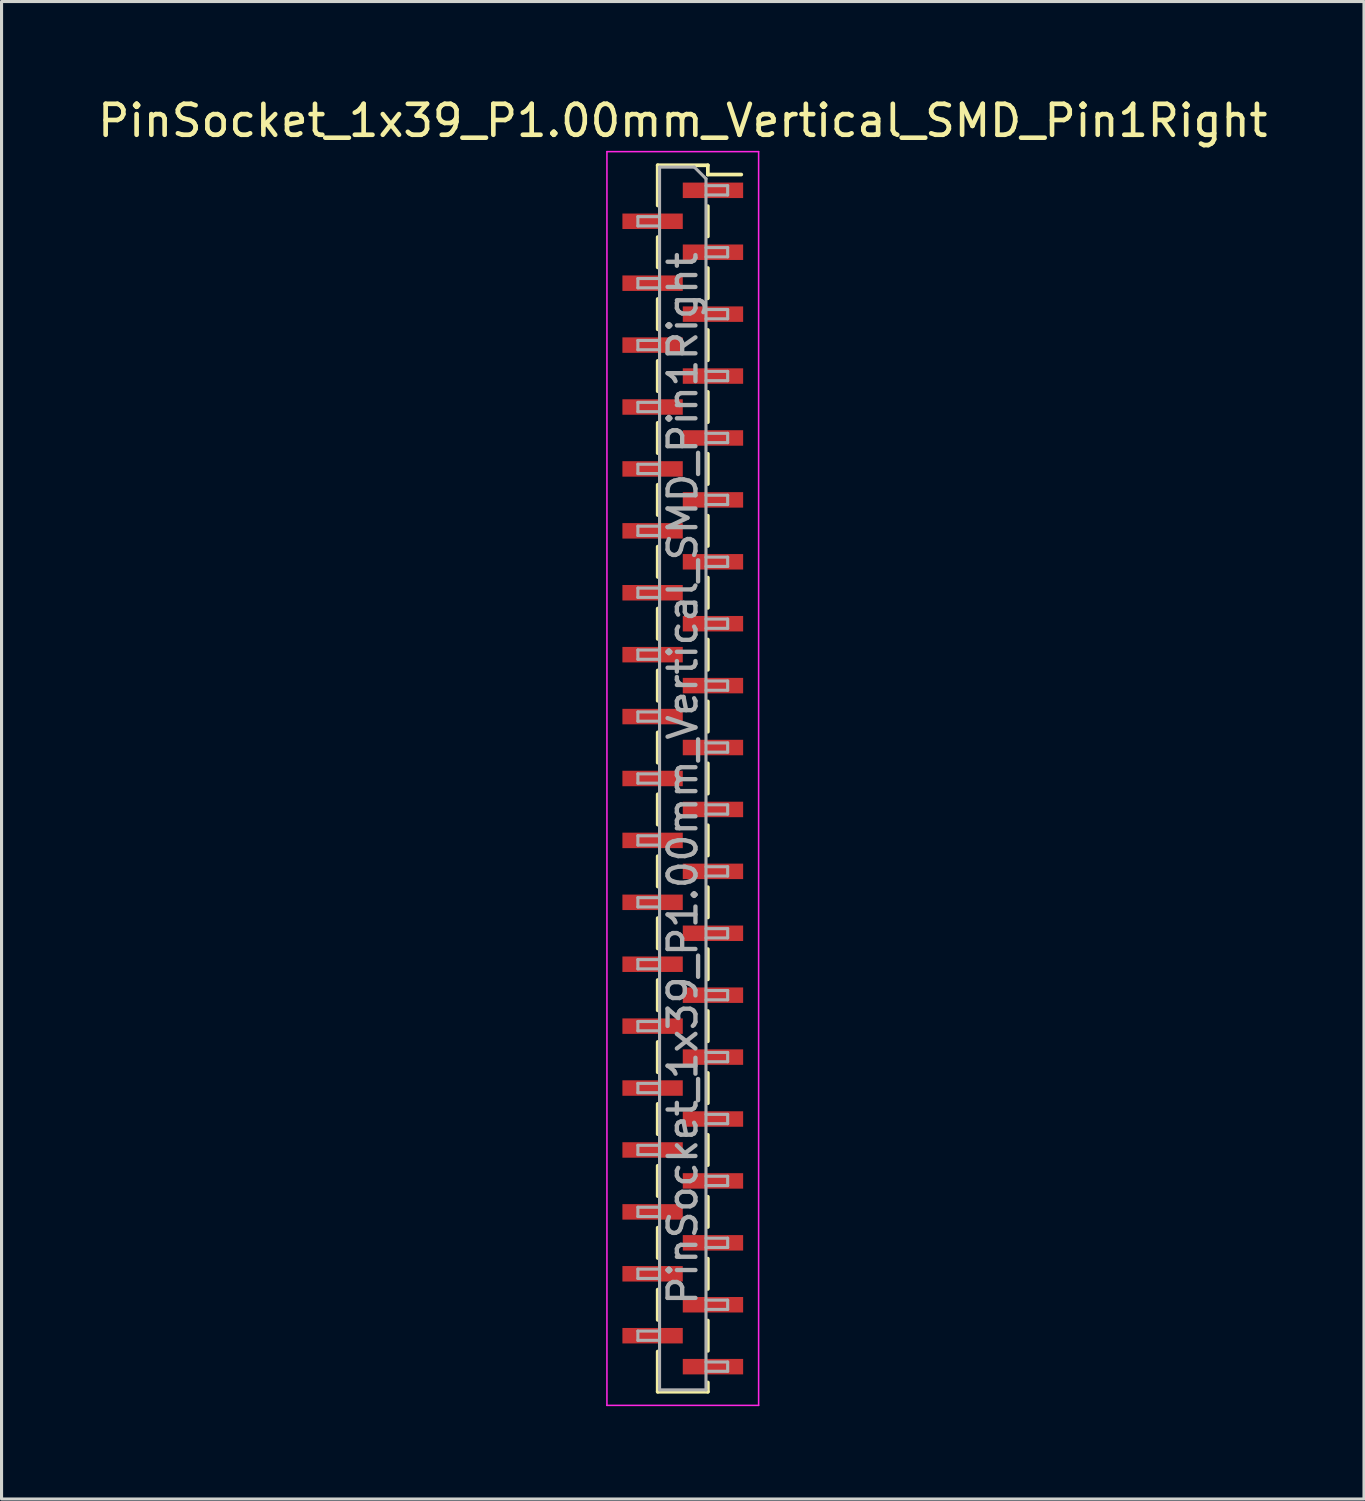
<source format=kicad_pcb>
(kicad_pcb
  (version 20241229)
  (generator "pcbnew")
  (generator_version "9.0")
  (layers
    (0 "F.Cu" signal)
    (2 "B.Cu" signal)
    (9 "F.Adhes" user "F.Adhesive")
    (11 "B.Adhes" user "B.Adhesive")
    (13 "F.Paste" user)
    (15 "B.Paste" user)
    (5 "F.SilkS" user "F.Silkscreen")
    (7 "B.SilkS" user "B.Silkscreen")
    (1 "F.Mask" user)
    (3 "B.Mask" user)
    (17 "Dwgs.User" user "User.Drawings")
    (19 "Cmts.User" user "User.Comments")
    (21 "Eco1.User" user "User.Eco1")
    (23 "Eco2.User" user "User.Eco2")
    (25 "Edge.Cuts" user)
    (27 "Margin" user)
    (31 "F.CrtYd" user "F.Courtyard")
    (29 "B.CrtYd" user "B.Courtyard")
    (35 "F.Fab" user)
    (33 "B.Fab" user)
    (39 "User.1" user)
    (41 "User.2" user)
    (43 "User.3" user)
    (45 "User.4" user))
  (footprint "PinSocket_1x39_P1.00mm_Vertical_SMD_Pin1Right"
    (layer "F.Cu")
    (at 19.006 22.098)
    (property "Reference" "PinSocket_1x39_P1.00mm_Vertical_SMD_Pin1Right" (at 0 -21.25 0) (layer "F.SilkS") (effects (font (size 1 1) (thickness 0.15))))
    (attr smd)
    (fp_line (start -0.81 -19.81) (end -0.81 -18.51) (stroke (width 0.12) (type solid)) (layer "F.SilkS"))
    (fp_line (start -0.81 -19.81) (end 0.81 -19.81) (stroke (width 0.12) (type solid)) (layer "F.SilkS"))
    (fp_line (start -0.81 -17.49) (end -0.81 -16.51) (stroke (width 0.12) (type solid)) (layer "F.SilkS"))
    (fp_line (start -0.81 -15.49) (end -0.81 -14.51) (stroke (width 0.12) (type solid)) (layer "F.SilkS"))
    (fp_line (start -0.81 -13.49) (end -0.81 -12.51) (stroke (width 0.12) (type solid)) (layer "F.SilkS"))
    (fp_line (start -0.81 -11.49) (end -0.81 -10.51) (stroke (width 0.12) (type solid)) (layer "F.SilkS"))
    (fp_line (start -0.81 -9.49) (end -0.81 -8.51) (stroke (width 0.12) (type solid)) (layer "F.SilkS"))
    (fp_line (start -0.81 -7.49) (end -0.81 -6.51) (stroke (width 0.12) (type solid)) (layer "F.SilkS"))
    (fp_line (start -0.81 -5.49) (end -0.81 -4.51) (stroke (width 0.12) (type solid)) (layer "F.SilkS"))
    (fp_line (start -0.81 -3.49) (end -0.81 -2.51) (stroke (width 0.12) (type solid)) (layer "F.SilkS"))
    (fp_line (start -0.81 -1.49) (end -0.81 -0.51) (stroke (width 0.12) (type solid)) (layer "F.SilkS"))
    (fp_line (start -0.81 0.51) (end -0.81 1.49) (stroke (width 0.12) (type solid)) (layer "F.SilkS"))
    (fp_line (start -0.81 2.51) (end -0.81 3.49) (stroke (width 0.12) (type solid)) (layer "F.SilkS"))
    (fp_line (start -0.81 4.51) (end -0.81 5.49) (stroke (width 0.12) (type solid)) (layer "F.SilkS"))
    (fp_line (start -0.81 6.51) (end -0.81 7.49) (stroke (width 0.12) (type solid)) (layer "F.SilkS"))
    (fp_line (start -0.81 8.51) (end -0.81 9.49) (stroke (width 0.12) (type solid)) (layer "F.SilkS"))
    (fp_line (start -0.81 10.51) (end -0.81 11.49) (stroke (width 0.12) (type solid)) (layer "F.SilkS"))
    (fp_line (start -0.81 12.51) (end -0.81 13.49) (stroke (width 0.12) (type solid)) (layer "F.SilkS"))
    (fp_line (start -0.81 14.51) (end -0.81 15.49) (stroke (width 0.12) (type solid)) (layer "F.SilkS"))
    (fp_line (start -0.81 16.51) (end -0.81 17.49) (stroke (width 0.12) (type solid)) (layer "F.SilkS"))
    (fp_line (start -0.81 18.51) (end -0.81 19.81) (stroke (width 0.12) (type solid)) (layer "F.SilkS"))
    (fp_line (start -0.81 19.81) (end 0.81 19.81) (stroke (width 0.12) (type solid)) (layer "F.SilkS"))
    (fp_line (start 0.81 -19.81) (end 0.81 -19.51) (stroke (width 0.12) (type solid)) (layer "F.SilkS"))
    (fp_line (start 0.81 -19.51) (end 1.89 -19.51) (stroke (width 0.12) (type solid)) (layer "F.SilkS"))
    (fp_line (start 0.81 -18.49) (end 0.81 -17.51) (stroke (width 0.12) (type solid)) (layer "F.SilkS"))
    (fp_line (start 0.81 -16.49) (end 0.81 -15.51) (stroke (width 0.12) (type solid)) (layer "F.SilkS"))
    (fp_line (start 0.81 -14.49) (end 0.81 -13.51) (stroke (width 0.12) (type solid)) (layer "F.SilkS"))
    (fp_line (start 0.81 -12.49) (end 0.81 -11.51) (stroke (width 0.12) (type solid)) (layer "F.SilkS"))
    (fp_line (start 0.81 -10.49) (end 0.81 -9.51) (stroke (width 0.12) (type solid)) (layer "F.SilkS"))
    (fp_line (start 0.81 -8.49) (end 0.81 -7.51) (stroke (width 0.12) (type solid)) (layer "F.SilkS"))
    (fp_line (start 0.81 -6.49) (end 0.81 -5.51) (stroke (width 0.12) (type solid)) (layer "F.SilkS"))
    (fp_line (start 0.81 -4.49) (end 0.81 -3.51) (stroke (width 0.12) (type solid)) (layer "F.SilkS"))
    (fp_line (start 0.81 -2.49) (end 0.81 -1.51) (stroke (width 0.12) (type solid)) (layer "F.SilkS"))
    (fp_line (start 0.81 -0.49) (end 0.81 0.49) (stroke (width 0.12) (type solid)) (layer "F.SilkS"))
    (fp_line (start 0.81 1.51) (end 0.81 2.49) (stroke (width 0.12) (type solid)) (layer "F.SilkS"))
    (fp_line (start 0.81 3.51) (end 0.81 4.49) (stroke (width 0.12) (type solid)) (layer "F.SilkS"))
    (fp_line (start 0.81 5.51) (end 0.81 6.49) (stroke (width 0.12) (type solid)) (layer "F.SilkS"))
    (fp_line (start 0.81 7.51) (end 0.81 8.49) (stroke (width 0.12) (type solid)) (layer "F.SilkS"))
    (fp_line (start 0.81 9.51) (end 0.81 10.49) (stroke (width 0.12) (type solid)) (layer "F.SilkS"))
    (fp_line (start 0.81 11.51) (end 0.81 12.49) (stroke (width 0.12) (type solid)) (layer "F.SilkS"))
    (fp_line (start 0.81 13.51) (end 0.81 14.49) (stroke (width 0.12) (type solid)) (layer "F.SilkS"))
    (fp_line (start 0.81 15.51) (end 0.81 16.49) (stroke (width 0.12) (type solid)) (layer "F.SilkS"))
    (fp_line (start 0.81 17.51) (end 0.81 18.49) (stroke (width 0.12) (type solid)) (layer "F.SilkS"))
    (fp_line (start 0.81 19.51) (end 0.81 19.81) (stroke (width 0.12) (type solid)) (layer "F.SilkS"))
    (fp_line (start -2.45 -20.25) (end 2.45 -20.25) (stroke (width 0.05) (type solid)) (layer "F.CrtYd"))
    (fp_line (start -2.45 20.25) (end -2.45 -20.25) (stroke (width 0.05) (type solid)) (layer "F.CrtYd"))
    (fp_line (start 2.45 -20.25) (end 2.45 20.25) (stroke (width 0.05) (type solid)) (layer "F.CrtYd"))
    (fp_line (start 2.45 20.25) (end -2.45 20.25) (stroke (width 0.05) (type solid)) (layer "F.CrtYd"))
    (fp_line (start -1.45 -18.15) (end -0.75 -18.15) (stroke (width 0.1) (type solid)) (layer "F.Fab"))
    (fp_line (start -1.45 -17.85) (end -1.45 -18.15) (stroke (width 0.1) (type solid)) (layer "F.Fab"))
    (fp_line (start -1.45 -16.15) (end -0.75 -16.15) (stroke (width 0.1) (type solid)) (layer "F.Fab"))
    (fp_line (start -1.45 -15.85) (end -1.45 -16.15) (stroke (width 0.1) (type solid)) (layer "F.Fab"))
    (fp_line (start -1.45 -14.15) (end -0.75 -14.15) (stroke (width 0.1) (type solid)) (layer "F.Fab"))
    (fp_line (start -1.45 -13.85) (end -1.45 -14.15) (stroke (width 0.1) (type solid)) (layer "F.Fab"))
    (fp_line (start -1.45 -12.15) (end -0.75 -12.15) (stroke (width 0.1) (type solid)) (layer "F.Fab"))
    (fp_line (start -1.45 -11.85) (end -1.45 -12.15) (stroke (width 0.1) (type solid)) (layer "F.Fab"))
    (fp_line (start -1.45 -10.15) (end -0.75 -10.15) (stroke (width 0.1) (type solid)) (layer "F.Fab"))
    (fp_line (start -1.45 -9.85) (end -1.45 -10.15) (stroke (width 0.1) (type solid)) (layer "F.Fab"))
    (fp_line (start -1.45 -8.15) (end -0.75 -8.15) (stroke (width 0.1) (type solid)) (layer "F.Fab"))
    (fp_line (start -1.45 -7.85) (end -1.45 -8.15) (stroke (width 0.1) (type solid)) (layer "F.Fab"))
    (fp_line (start -1.45 -6.15) (end -0.75 -6.15) (stroke (width 0.1) (type solid)) (layer "F.Fab"))
    (fp_line (start -1.45 -5.85) (end -1.45 -6.15) (stroke (width 0.1) (type solid)) (layer "F.Fab"))
    (fp_line (start -1.45 -4.15) (end -0.75 -4.15) (stroke (width 0.1) (type solid)) (layer "F.Fab"))
    (fp_line (start -1.45 -3.85) (end -1.45 -4.15) (stroke (width 0.1) (type solid)) (layer "F.Fab"))
    (fp_line (start -1.45 -2.15) (end -0.75 -2.15) (stroke (width 0.1) (type solid)) (layer "F.Fab"))
    (fp_line (start -1.45 -1.85) (end -1.45 -2.15) (stroke (width 0.1) (type solid)) (layer "F.Fab"))
    (fp_line (start -1.45 -0.15) (end -0.75 -0.15) (stroke (width 0.1) (type solid)) (layer "F.Fab"))
    (fp_line (start -1.45 0.15) (end -1.45 -0.15) (stroke (width 0.1) (type solid)) (layer "F.Fab"))
    (fp_line (start -1.45 1.85) (end -0.75 1.85) (stroke (width 0.1) (type solid)) (layer "F.Fab"))
    (fp_line (start -1.45 2.15) (end -1.45 1.85) (stroke (width 0.1) (type solid)) (layer "F.Fab"))
    (fp_line (start -1.45 3.85) (end -0.75 3.85) (stroke (width 0.1) (type solid)) (layer "F.Fab"))
    (fp_line (start -1.45 4.15) (end -1.45 3.85) (stroke (width 0.1) (type solid)) (layer "F.Fab"))
    (fp_line (start -1.45 5.85) (end -0.75 5.85) (stroke (width 0.1) (type solid)) (layer "F.Fab"))
    (fp_line (start -1.45 6.15) (end -1.45 5.85) (stroke (width 0.1) (type solid)) (layer "F.Fab"))
    (fp_line (start -1.45 7.85) (end -0.75 7.85) (stroke (width 0.1) (type solid)) (layer "F.Fab"))
    (fp_line (start -1.45 8.15) (end -1.45 7.85) (stroke (width 0.1) (type solid)) (layer "F.Fab"))
    (fp_line (start -1.45 9.85) (end -0.75 9.85) (stroke (width 0.1) (type solid)) (layer "F.Fab"))
    (fp_line (start -1.45 10.15) (end -1.45 9.85) (stroke (width 0.1) (type solid)) (layer "F.Fab"))
    (fp_line (start -1.45 11.85) (end -0.75 11.85) (stroke (width 0.1) (type solid)) (layer "F.Fab"))
    (fp_line (start -1.45 12.15) (end -1.45 11.85) (stroke (width 0.1) (type solid)) (layer "F.Fab"))
    (fp_line (start -1.45 13.85) (end -0.75 13.85) (stroke (width 0.1) (type solid)) (layer "F.Fab"))
    (fp_line (start -1.45 14.15) (end -1.45 13.85) (stroke (width 0.1) (type solid)) (layer "F.Fab"))
    (fp_line (start -1.45 15.85) (end -0.75 15.85) (stroke (width 0.1) (type solid)) (layer "F.Fab"))
    (fp_line (start -1.45 16.15) (end -1.45 15.85) (stroke (width 0.1) (type solid)) (layer "F.Fab"))
    (fp_line (start -1.45 17.85) (end -0.75 17.85) (stroke (width 0.1) (type solid)) (layer "F.Fab"))
    (fp_line (start -1.45 18.15) (end -1.45 17.85) (stroke (width 0.1) (type solid)) (layer "F.Fab"))
    (fp_line (start -0.75 -19.75) (end 0.375 -19.75) (stroke (width 0.1) (type solid)) (layer "F.Fab"))
    (fp_line (start -0.75 -17.85) (end -1.45 -17.85) (stroke (width 0.1) (type solid)) (layer "F.Fab"))
    (fp_line (start -0.75 -15.85) (end -1.45 -15.85) (stroke (width 0.1) (type solid)) (layer "F.Fab"))
    (fp_line (start -0.75 -13.85) (end -1.45 -13.85) (stroke (width 0.1) (type solid)) (layer "F.Fab"))
    (fp_line (start -0.75 -11.85) (end -1.45 -11.85) (stroke (width 0.1) (type solid)) (layer "F.Fab"))
    (fp_line (start -0.75 -9.85) (end -1.45 -9.85) (stroke (width 0.1) (type solid)) (layer "F.Fab"))
    (fp_line (start -0.75 -7.85) (end -1.45 -7.85) (stroke (width 0.1) (type solid)) (layer "F.Fab"))
    (fp_line (start -0.75 -5.85) (end -1.45 -5.85) (stroke (width 0.1) (type solid)) (layer "F.Fab"))
    (fp_line (start -0.75 -3.85) (end -1.45 -3.85) (stroke (width 0.1) (type solid)) (layer "F.Fab"))
    (fp_line (start -0.75 -1.85) (end -1.45 -1.85) (stroke (width 0.1) (type solid)) (layer "F.Fab"))
    (fp_line (start -0.75 0.15) (end -1.45 0.15) (stroke (width 0.1) (type solid)) (layer "F.Fab"))
    (fp_line (start -0.75 2.15) (end -1.45 2.15) (stroke (width 0.1) (type solid)) (layer "F.Fab"))
    (fp_line (start -0.75 4.15) (end -1.45 4.15) (stroke (width 0.1) (type solid)) (layer "F.Fab"))
    (fp_line (start -0.75 6.15) (end -1.45 6.15) (stroke (width 0.1) (type solid)) (layer "F.Fab"))
    (fp_line (start -0.75 8.15) (end -1.45 8.15) (stroke (width 0.1) (type solid)) (layer "F.Fab"))
    (fp_line (start -0.75 10.15) (end -1.45 10.15) (stroke (width 0.1) (type solid)) (layer "F.Fab"))
    (fp_line (start -0.75 12.15) (end -1.45 12.15) (stroke (width 0.1) (type solid)) (layer "F.Fab"))
    (fp_line (start -0.75 14.15) (end -1.45 14.15) (stroke (width 0.1) (type solid)) (layer "F.Fab"))
    (fp_line (start -0.75 16.15) (end -1.45 16.15) (stroke (width 0.1) (type solid)) (layer "F.Fab"))
    (fp_line (start -0.75 18.15) (end -1.45 18.15) (stroke (width 0.1) (type solid)) (layer "F.Fab"))
    (fp_line (start -0.75 19.75) (end -0.75 -19.75) (stroke (width 0.1) (type solid)) (layer "F.Fab"))
    (fp_line (start 0.375 -19.75) (end 0.75 -19.375) (stroke (width 0.1) (type solid)) (layer "F.Fab"))
    (fp_line (start 0.75 -19.375) (end 0.75 19.75) (stroke (width 0.1) (type solid)) (layer "F.Fab"))
    (fp_line (start 0.75 -19.15) (end 1.45 -19.15) (stroke (width 0.1) (type solid)) (layer "F.Fab"))
    (fp_line (start 0.75 -17.15) (end 1.45 -17.15) (stroke (width 0.1) (type solid)) (layer "F.Fab"))
    (fp_line (start 0.75 -15.15) (end 1.45 -15.15) (stroke (width 0.1) (type solid)) (layer "F.Fab"))
    (fp_line (start 0.75 -13.15) (end 1.45 -13.15) (stroke (width 0.1) (type solid)) (layer "F.Fab"))
    (fp_line (start 0.75 -11.15) (end 1.45 -11.15) (stroke (width 0.1) (type solid)) (layer "F.Fab"))
    (fp_line (start 0.75 -9.15) (end 1.45 -9.15) (stroke (width 0.1) (type solid)) (layer "F.Fab"))
    (fp_line (start 0.75 -7.15) (end 1.45 -7.15) (stroke (width 0.1) (type solid)) (layer "F.Fab"))
    (fp_line (start 0.75 -5.15) (end 1.45 -5.15) (stroke (width 0.1) (type solid)) (layer "F.Fab"))
    (fp_line (start 0.75 -3.15) (end 1.45 -3.15) (stroke (width 0.1) (type solid)) (layer "F.Fab"))
    (fp_line (start 0.75 -1.15) (end 1.45 -1.15) (stroke (width 0.1) (type solid)) (layer "F.Fab"))
    (fp_line (start 0.75 0.85) (end 1.45 0.85) (stroke (width 0.1) (type solid)) (layer "F.Fab"))
    (fp_line (start 0.75 2.85) (end 1.45 2.85) (stroke (width 0.1) (type solid)) (layer "F.Fab"))
    (fp_line (start 0.75 4.85) (end 1.45 4.85) (stroke (width 0.1) (type solid)) (layer "F.Fab"))
    (fp_line (start 0.75 6.85) (end 1.45 6.85) (stroke (width 0.1) (type solid)) (layer "F.Fab"))
    (fp_line (start 0.75 8.85) (end 1.45 8.85) (stroke (width 0.1) (type solid)) (layer "F.Fab"))
    (fp_line (start 0.75 10.85) (end 1.45 10.85) (stroke (width 0.1) (type solid)) (layer "F.Fab"))
    (fp_line (start 0.75 12.85) (end 1.45 12.85) (stroke (width 0.1) (type solid)) (layer "F.Fab"))
    (fp_line (start 0.75 14.85) (end 1.45 14.85) (stroke (width 0.1) (type solid)) (layer "F.Fab"))
    (fp_line (start 0.75 16.85) (end 1.45 16.85) (stroke (width 0.1) (type solid)) (layer "F.Fab"))
    (fp_line (start 0.75 18.85) (end 1.45 18.85) (stroke (width 0.1) (type solid)) (layer "F.Fab"))
    (fp_line (start 0.75 19.75) (end -0.75 19.75) (stroke (width 0.1) (type solid)) (layer "F.Fab"))
    (fp_line (start 1.45 -19.15) (end 1.45 -18.85) (stroke (width 0.1) (type solid)) (layer "F.Fab"))
    (fp_line (start 1.45 -18.85) (end 0.75 -18.85) (stroke (width 0.1) (type solid)) (layer "F.Fab"))
    (fp_line (start 1.45 -17.15) (end 1.45 -16.85) (stroke (width 0.1) (type solid)) (layer "F.Fab"))
    (fp_line (start 1.45 -16.85) (end 0.75 -16.85) (stroke (width 0.1) (type solid)) (layer "F.Fab"))
    (fp_line (start 1.45 -15.15) (end 1.45 -14.85) (stroke (width 0.1) (type solid)) (layer "F.Fab"))
    (fp_line (start 1.45 -14.85) (end 0.75 -14.85) (stroke (width 0.1) (type solid)) (layer "F.Fab"))
    (fp_line (start 1.45 -13.15) (end 1.45 -12.85) (stroke (width 0.1) (type solid)) (layer "F.Fab"))
    (fp_line (start 1.45 -12.85) (end 0.75 -12.85) (stroke (width 0.1) (type solid)) (layer "F.Fab"))
    (fp_line (start 1.45 -11.15) (end 1.45 -10.85) (stroke (width 0.1) (type solid)) (layer "F.Fab"))
    (fp_line (start 1.45 -10.85) (end 0.75 -10.85) (stroke (width 0.1) (type solid)) (layer "F.Fab"))
    (fp_line (start 1.45 -9.15) (end 1.45 -8.85) (stroke (width 0.1) (type solid)) (layer "F.Fab"))
    (fp_line (start 1.45 -8.85) (end 0.75 -8.85) (stroke (width 0.1) (type solid)) (layer "F.Fab"))
    (fp_line (start 1.45 -7.15) (end 1.45 -6.85) (stroke (width 0.1) (type solid)) (layer "F.Fab"))
    (fp_line (start 1.45 -6.85) (end 0.75 -6.85) (stroke (width 0.1) (type solid)) (layer "F.Fab"))
    (fp_line (start 1.45 -5.15) (end 1.45 -4.85) (stroke (width 0.1) (type solid)) (layer "F.Fab"))
    (fp_line (start 1.45 -4.85) (end 0.75 -4.85) (stroke (width 0.1) (type solid)) (layer "F.Fab"))
    (fp_line (start 1.45 -3.15) (end 1.45 -2.85) (stroke (width 0.1) (type solid)) (layer "F.Fab"))
    (fp_line (start 1.45 -2.85) (end 0.75 -2.85) (stroke (width 0.1) (type solid)) (layer "F.Fab"))
    (fp_line (start 1.45 -1.15) (end 1.45 -0.85) (stroke (width 0.1) (type solid)) (layer "F.Fab"))
    (fp_line (start 1.45 -0.85) (end 0.75 -0.85) (stroke (width 0.1) (type solid)) (layer "F.Fab"))
    (fp_line (start 1.45 0.85) (end 1.45 1.15) (stroke (width 0.1) (type solid)) (layer "F.Fab"))
    (fp_line (start 1.45 1.15) (end 0.75 1.15) (stroke (width 0.1) (type solid)) (layer "F.Fab"))
    (fp_line (start 1.45 2.85) (end 1.45 3.15) (stroke (width 0.1) (type solid)) (layer "F.Fab"))
    (fp_line (start 1.45 3.15) (end 0.75 3.15) (stroke (width 0.1) (type solid)) (layer "F.Fab"))
    (fp_line (start 1.45 4.85) (end 1.45 5.15) (stroke (width 0.1) (type solid)) (layer "F.Fab"))
    (fp_line (start 1.45 5.15) (end 0.75 5.15) (stroke (width 0.1) (type solid)) (layer "F.Fab"))
    (fp_line (start 1.45 6.85) (end 1.45 7.15) (stroke (width 0.1) (type solid)) (layer "F.Fab"))
    (fp_line (start 1.45 7.15) (end 0.75 7.15) (stroke (width 0.1) (type solid)) (layer "F.Fab"))
    (fp_line (start 1.45 8.85) (end 1.45 9.15) (stroke (width 0.1) (type solid)) (layer "F.Fab"))
    (fp_line (start 1.45 9.15) (end 0.75 9.15) (stroke (width 0.1) (type solid)) (layer "F.Fab"))
    (fp_line (start 1.45 10.85) (end 1.45 11.15) (stroke (width 0.1) (type solid)) (layer "F.Fab"))
    (fp_line (start 1.45 11.15) (end 0.75 11.15) (stroke (width 0.1) (type solid)) (layer "F.Fab"))
    (fp_line (start 1.45 12.85) (end 1.45 13.15) (stroke (width 0.1) (type solid)) (layer "F.Fab"))
    (fp_line (start 1.45 13.15) (end 0.75 13.15) (stroke (width 0.1) (type solid)) (layer "F.Fab"))
    (fp_line (start 1.45 14.85) (end 1.45 15.15) (stroke (width 0.1) (type solid)) (layer "F.Fab"))
    (fp_line (start 1.45 15.15) (end 0.75 15.15) (stroke (width 0.1) (type solid)) (layer "F.Fab"))
    (fp_line (start 1.45 16.85) (end 1.45 17.15) (stroke (width 0.1) (type solid)) (layer "F.Fab"))
    (fp_line (start 1.45 17.15) (end 0.75 17.15) (stroke (width 0.1) (type solid)) (layer "F.Fab"))
    (fp_line (start 1.45 18.85) (end 1.45 19.15) (stroke (width 0.1) (type solid)) (layer "F.Fab"))
    (fp_line (start 1.45 19.15) (end 0.75 19.15) (stroke (width 0.1) (type solid)) (layer "F.Fab"))
    (fp_text user "${REFERENCE}" (at 0 0 90) (layer "F.Fab") (effects (font (size 0.9 0.9) (thickness 0.14))))
    (pad "1" smd rect (at 0.975 -19) (size 1.95 0.5) (layers "F.Cu" "F.Mask" "F.Paste"))
    (pad "2" smd rect (at -0.975 -18) (size 1.95 0.5) (layers "F.Cu" "F.Mask" "F.Paste"))
    (pad "3" smd rect (at 0.975 -17) (size 1.95 0.5) (layers "F.Cu" "F.Mask" "F.Paste"))
    (pad "4" smd rect (at -0.975 -16) (size 1.95 0.5) (layers "F.Cu" "F.Mask" "F.Paste"))
    (pad "5" smd rect (at 0.975 -15) (size 1.95 0.5) (layers "F.Cu" "F.Mask" "F.Paste"))
    (pad "6" smd rect (at -0.975 -14) (size 1.95 0.5) (layers "F.Cu" "F.Mask" "F.Paste"))
    (pad "7" smd rect (at 0.975 -13) (size 1.95 0.5) (layers "F.Cu" "F.Mask" "F.Paste"))
    (pad "8" smd rect (at -0.975 -12) (size 1.95 0.5) (layers "F.Cu" "F.Mask" "F.Paste"))
    (pad "9" smd rect (at 0.975 -11) (size 1.95 0.5) (layers "F.Cu" "F.Mask" "F.Paste"))
    (pad "10" smd rect (at -0.975 -10) (size 1.95 0.5) (layers "F.Cu" "F.Mask" "F.Paste"))
    (pad "11" smd rect (at 0.975 -9) (size 1.95 0.5) (layers "F.Cu" "F.Mask" "F.Paste"))
    (pad "12" smd rect (at -0.975 -8) (size 1.95 0.5) (layers "F.Cu" "F.Mask" "F.Paste"))
    (pad "13" smd rect (at 0.975 -7) (size 1.95 0.5) (layers "F.Cu" "F.Mask" "F.Paste"))
    (pad "14" smd rect (at -0.975 -6) (size 1.95 0.5) (layers "F.Cu" "F.Mask" "F.Paste"))
    (pad "15" smd rect (at 0.975 -5) (size 1.95 0.5) (layers "F.Cu" "F.Mask" "F.Paste"))
    (pad "16" smd rect (at -0.975 -4) (size 1.95 0.5) (layers "F.Cu" "F.Mask" "F.Paste"))
    (pad "17" smd rect (at 0.975 -3) (size 1.95 0.5) (layers "F.Cu" "F.Mask" "F.Paste"))
    (pad "18" smd rect (at -0.975 -2) (size 1.95 0.5) (layers "F.Cu" "F.Mask" "F.Paste"))
    (pad "19" smd rect (at 0.975 -1) (size 1.95 0.5) (layers "F.Cu" "F.Mask" "F.Paste"))
    (pad "20" smd rect (at -0.975 0) (size 1.95 0.5) (layers "F.Cu" "F.Mask" "F.Paste"))
    (pad "21" smd rect (at 0.975 1) (size 1.95 0.5) (layers "F.Cu" "F.Mask" "F.Paste"))
    (pad "22" smd rect (at -0.975 2) (size 1.95 0.5) (layers "F.Cu" "F.Mask" "F.Paste"))
    (pad "23" smd rect (at 0.975 3) (size 1.95 0.5) (layers "F.Cu" "F.Mask" "F.Paste"))
    (pad "24" smd rect (at -0.975 4) (size 1.95 0.5) (layers "F.Cu" "F.Mask" "F.Paste"))
    (pad "25" smd rect (at 0.975 5) (size 1.95 0.5) (layers "F.Cu" "F.Mask" "F.Paste"))
    (pad "26" smd rect (at -0.975 6) (size 1.95 0.5) (layers "F.Cu" "F.Mask" "F.Paste"))
    (pad "27" smd rect (at 0.975 7) (size 1.95 0.5) (layers "F.Cu" "F.Mask" "F.Paste"))
    (pad "28" smd rect (at -0.975 8) (size 1.95 0.5) (layers "F.Cu" "F.Mask" "F.Paste"))
    (pad "29" smd rect (at 0.975 9) (size 1.95 0.5) (layers "F.Cu" "F.Mask" "F.Paste"))
    (pad "30" smd rect (at -0.975 10) (size 1.95 0.5) (layers "F.Cu" "F.Mask" "F.Paste"))
    (pad "31" smd rect (at 0.975 11) (size 1.95 0.5) (layers "F.Cu" "F.Mask" "F.Paste"))
    (pad "32" smd rect (at -0.975 12) (size 1.95 0.5) (layers "F.Cu" "F.Mask" "F.Paste"))
    (pad "33" smd rect (at 0.975 13) (size 1.95 0.5) (layers "F.Cu" "F.Mask" "F.Paste"))
    (pad "34" smd rect (at -0.975 14) (size 1.95 0.5) (layers "F.Cu" "F.Mask" "F.Paste"))
    (pad "35" smd rect (at 0.975 15) (size 1.95 0.5) (layers "F.Cu" "F.Mask" "F.Paste"))
    (pad "36" smd rect (at -0.975 16) (size 1.95 0.5) (layers "F.Cu" "F.Mask" "F.Paste"))
    (pad "37" smd rect (at 0.975 17) (size 1.95 0.5) (layers "F.Cu" "F.Mask" "F.Paste"))
    (pad "38" smd rect (at -0.975 18) (size 1.95 0.5) (layers "F.Cu" "F.Mask" "F.Paste"))
    (pad "39" smd rect (at 0.975 19) (size 1.95 0.5) (layers "F.Cu" "F.Mask" "F.Paste")))
  (gr_rect
    (start -3 -3)
    (end 41.012 45.373)
    (stroke (width 0.1) (type default))
    (fill no)
    (layer "Edge.Cuts")))
</source>
